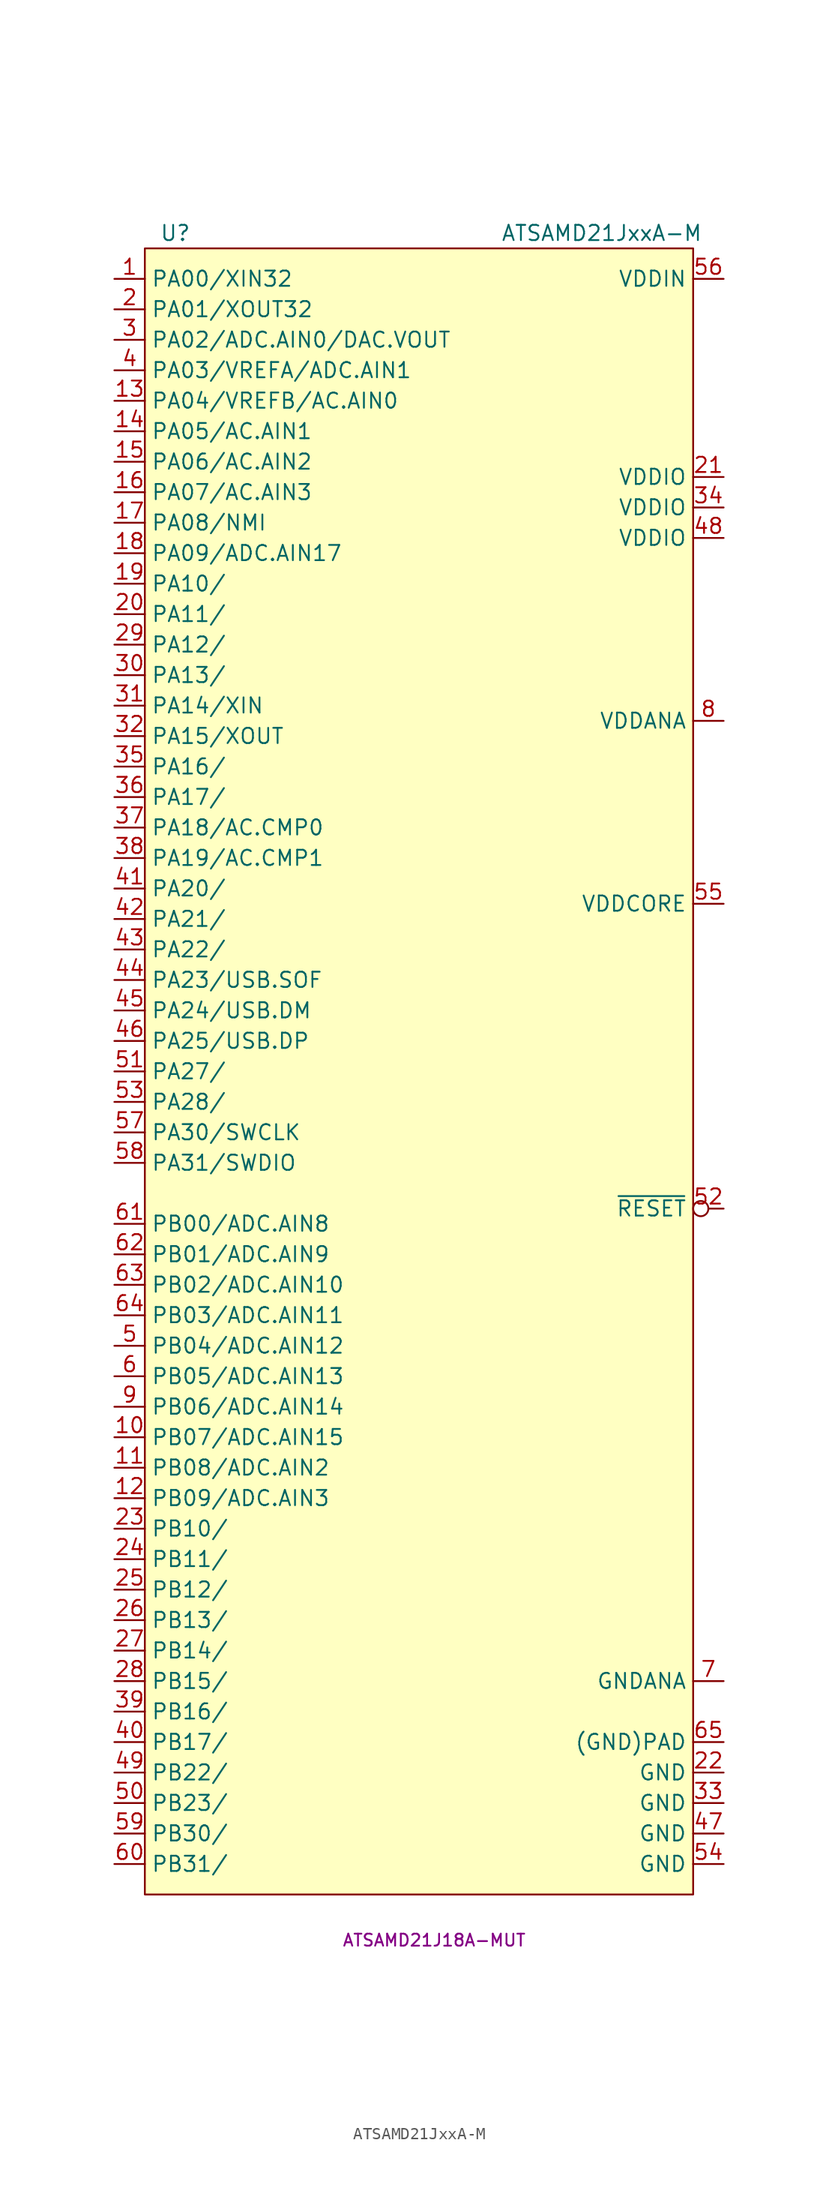
<source format=kicad_sym>
(kicad_symbol_lib
  (version 20231120)
  (generator "kicad_symbol_editor")
  (generator_version "8.0")
  (symbol "ATSAMD21JxxA-M"
    (property "Reference" "U"
      (at -20.32 71.12 0)
      (effects (font (size 1.27 1.27))))
    (property "Value" "ATSAMD21JxxA-M"
      (at 15.24 71.12 0)
      (effects (font (size 1.27 1.27))))
    (property "MPN" "ATSAMD21J18A-MUT"
      (at 1.27 -71.12 0)
      (effects (font (size 1 1))))
    (symbol "ATSAMD21JxxA-M_0_1"
      (rectangle (start -22.86 69.85) (end 22.86 -67.31) (stroke (width 0.152) (type default)) (fill (type background))))
    (symbol "ATSAMD21JxxA-M_1_1"
      (pin bidirectional line (at -25.4 67.31 0) (length 2.54) (name "PA00/XIN32" (effects (font (size 1.27 1.27)))) (number "1" (effects (font (size 1.27 1.27)))))
      (pin bidirectional line (at -25.4 -29.21 0) (length 2.54) (name "PB07/ADC.AIN15" (effects (font (size 1.27 1.27)))) (number "10" (effects (font (size 1.27 1.27)))))
      (pin bidirectional line (at -25.4 -31.75 0) (length 2.54) (name "PB08/ADC.AIN2" (effects (font (size 1.27 1.27)))) (number "11" (effects (font (size 1.27 1.27)))))
      (pin bidirectional line (at -25.4 -34.29 0) (length 2.54) (name "PB09/ADC.AIN3" (effects (font (size 1.27 1.27)))) (number "12" (effects (font (size 1.27 1.27)))))
      (pin bidirectional line (at -25.4 57.15 0) (length 2.54) (name "PA04/VREFB/AC.AIN0" (effects (font (size 1.27 1.27)))) (number "13" (effects (font (size 1.27 1.27)))))
      (pin bidirectional line (at -25.4 54.61 0) (length 2.54) (name "PA05/AC.AIN1" (effects (font (size 1.27 1.27)))) (number "14" (effects (font (size 1.27 1.27)))))
      (pin bidirectional line (at -25.4 52.07 0) (length 2.54) (name "PA06/AC.AIN2" (effects (font (size 1.27 1.27)))) (number "15" (effects (font (size 1.27 1.27)))))
      (pin bidirectional line (at -25.4 49.53 0) (length 2.54) (name "PA07/AC.AIN3" (effects (font (size 1.27 1.27)))) (number "16" (effects (font (size 1.27 1.27)))))
      (pin bidirectional line (at -25.4 46.99 0) (length 2.54) (name "PA08/NMI" (effects (font (size 1.27 1.27)))) (number "17" (effects (font (size 1.27 1.27)))))
      (pin bidirectional line (at -25.4 44.45 0) (length 2.54) (name "PA09/ADC.AIN17" (effects (font (size 1.27 1.27)))) (number "18" (effects (font (size 1.27 1.27)))))
      (pin bidirectional line (at -25.4 41.91 0) (length 2.54) (name "PA10/" (effects (font (size 1.27 1.27)))) (number "19" (effects (font (size 1.27 1.27)))))
      (pin bidirectional line (at -25.4 64.77 0) (length 2.54) (name "PA01/XOUT32" (effects (font (size 1.27 1.27)))) (number "2" (effects (font (size 1.27 1.27)))))
      (pin bidirectional line (at -25.4 39.37 0) (length 2.54) (name "PA11/" (effects (font (size 1.27 1.27)))) (number "20" (effects (font (size 1.27 1.27)))))
      (pin power_in line (at 25.4 50.8 180) (length 2.54) (name "VDDIO" (effects (font (size 1.27 1.27)))) (number "21" (effects (font (size 1.27 1.27)))))
      (pin power_in line (at 25.4 -57.15 180) (length 2.54) (name "GND" (effects (font (size 1.27 1.27)))) (number "22" (effects (font (size 1.27 1.27)))))
      (pin bidirectional line (at -25.4 -36.83 0) (length 2.54) (name "PB10/" (effects (font (size 1.27 1.27)))) (number "23" (effects (font (size 1.27 1.27)))))
      (pin bidirectional line (at -25.4 -39.37 0) (length 2.54) (name "PB11/" (effects (font (size 1.27 1.27)))) (number "24" (effects (font (size 1.27 1.27)))))
      (pin bidirectional line (at -25.4 -41.91 0) (length 2.54) (name "PB12/" (effects (font (size 1.27 1.27)))) (number "25" (effects (font (size 1.27 1.27)))))
      (pin bidirectional line (at -25.4 -44.45 0) (length 2.54) (name "PB13/" (effects (font (size 1.27 1.27)))) (number "26" (effects (font (size 1.27 1.27)))))
      (pin bidirectional line (at -25.4 -46.99 0) (length 2.54) (name "PB14/" (effects (font (size 1.27 1.27)))) (number "27" (effects (font (size 1.27 1.27)))))
      (pin bidirectional line (at -25.4 -49.53 0) (length 2.54) (name "PB15/" (effects (font (size 1.27 1.27)))) (number "28" (effects (font (size 1.27 1.27)))))
      (pin bidirectional line (at -25.4 36.83 0) (length 2.54) (name "PA12/" (effects (font (size 1.27 1.27)))) (number "29" (effects (font (size 1.27 1.27)))))
      (pin bidirectional line (at -25.4 62.23 0) (length 2.54) (name "PA02/ADC.AIN0/DAC.VOUT" (effects (font (size 1.27 1.27)))) (number "3" (effects (font (size 1.27 1.27)))))
      (pin bidirectional line (at -25.4 34.29 0) (length 2.54) (name "PA13/" (effects (font (size 1.27 1.27)))) (number "30" (effects (font (size 1.27 1.27)))))
      (pin bidirectional line (at -25.4 31.75 0) (length 2.54) (name "PA14/XIN" (effects (font (size 1.27 1.27)))) (number "31" (effects (font (size 1.27 1.27)))))
      (pin bidirectional line (at -25.4 29.21 0) (length 2.54) (name "PA15/XOUT" (effects (font (size 1.27 1.27)))) (number "32" (effects (font (size 1.27 1.27)))))
      (pin power_in line (at 25.4 -59.69 180) (length 2.54) (name "GND" (effects (font (size 1.27 1.27)))) (number "33" (effects (font (size 1.27 1.27)))))
      (pin power_in line (at 25.4 48.26 180) (length 2.54) (name "VDDIO" (effects (font (size 1.27 1.27)))) (number "34" (effects (font (size 1.27 1.27)))))
      (pin bidirectional line (at -25.4 26.67 0) (length 2.54) (name "PA16/" (effects (font (size 1.27 1.27)))) (number "35" (effects (font (size 1.27 1.27)))))
      (pin bidirectional line (at -25.4 24.13 0) (length 2.54) (name "PA17/" (effects (font (size 1.27 1.27)))) (number "36" (effects (font (size 1.27 1.27)))))
      (pin bidirectional line (at -25.4 21.59 0) (length 2.54) (name "PA18/AC.CMP0" (effects (font (size 1.27 1.27)))) (number "37" (effects (font (size 1.27 1.27)))))
      (pin bidirectional line (at -25.4 19.05 0) (length 2.54) (name "PA19/AC.CMP1" (effects (font (size 1.27 1.27)))) (number "38" (effects (font (size 1.27 1.27)))))
      (pin bidirectional line (at -25.4 -52.07 0) (length 2.54) (name "PB16/" (effects (font (size 1.27 1.27)))) (number "39" (effects (font (size 1.27 1.27)))))
      (pin bidirectional line (at -25.4 59.69 0) (length 2.54) (name "PA03/VREFA/ADC.AIN1" (effects (font (size 1.27 1.27)))) (number "4" (effects (font (size 1.27 1.27)))))
      (pin bidirectional line (at -25.4 -54.61 0) (length 2.54) (name "PB17/" (effects (font (size 1.27 1.27)))) (number "40" (effects (font (size 1.27 1.27)))))
      (pin bidirectional line (at -25.4 16.51 0) (length 2.54) (name "PA20/" (effects (font (size 1.27 1.27)))) (number "41" (effects (font (size 1.27 1.27)))))
      (pin bidirectional line (at -25.4 13.97 0) (length 2.54) (name "PA21/" (effects (font (size 1.27 1.27)))) (number "42" (effects (font (size 1.27 1.27)))))
      (pin bidirectional line (at -25.4 11.43 0) (length 2.54) (name "PA22/" (effects (font (size 1.27 1.27)))) (number "43" (effects (font (size 1.27 1.27)))))
      (pin bidirectional line (at -25.4 8.89 0) (length 2.54) (name "PA23/USB.SOF" (effects (font (size 1.27 1.27)))) (number "44" (effects (font (size 1.27 1.27)))))
      (pin bidirectional line (at -25.4 6.35 0) (length 2.54) (name "PA24/USB.DM" (effects (font (size 1.27 1.27)))) (number "45" (effects (font (size 1.27 1.27)))))
      (pin bidirectional line (at -25.4 3.81 0) (length 2.54) (name "PA25/USB.DP" (effects (font (size 1.27 1.27)))) (number "46" (effects (font (size 1.27 1.27)))))
      (pin power_in line (at 25.4 -62.23 180) (length 2.54) (name "GND" (effects (font (size 1.27 1.27)))) (number "47" (effects (font (size 1.27 1.27)))))
      (pin power_in line (at 25.4 45.72 180) (length 2.54) (name "VDDIO" (effects (font (size 1.27 1.27)))) (number "48" (effects (font (size 1.27 1.27)))))
      (pin bidirectional line (at -25.4 -57.15 0) (length 2.54) (name "PB22/" (effects (font (size 1.27 1.27)))) (number "49" (effects (font (size 1.27 1.27)))))
      (pin bidirectional line (at -25.4 -21.59 0) (length 2.54) (name "PB04/ADC.AIN12" (effects (font (size 1.27 1.27)))) (number "5" (effects (font (size 1.27 1.27)))))
      (pin bidirectional line (at -25.4 -59.69 0) (length 2.54) (name "PB23/" (effects (font (size 1.27 1.27)))) (number "50" (effects (font (size 1.27 1.27)))))
      (pin bidirectional line (at -25.4 1.27 0) (length 2.54) (name "PA27/" (effects (font (size 1.27 1.27)))) (number "51" (effects (font (size 1.27 1.27)))))
      (pin input inverted (at 25.4 -10.16 180) (length 2.54) (name "~{RESET}" (effects (font (size 1.27 1.27)))) (number "52" (effects (font (size 1.27 1.27)))))
      (pin bidirectional line (at -25.4 -1.27 0) (length 2.54) (name "PA28/" (effects (font (size 1.27 1.27)))) (number "53" (effects (font (size 1.27 1.27)))))
      (pin power_in line (at 25.4 -64.77 180) (length 2.54) (name "GND" (effects (font (size 1.27 1.27)))) (number "54" (effects (font (size 1.27 1.27)))))
      (pin power_out line (at 25.4 15.24 180) (length 2.54) (name "VDDCORE" (effects (font (size 1.27 1.27)))) (number "55" (effects (font (size 1.27 1.27)))))
      (pin power_in line (at 25.4 67.31 180) (length 2.54) (name "VDDIN" (effects (font (size 1.27 1.27)))) (number "56" (effects (font (size 1.27 1.27)))))
      (pin bidirectional line (at -25.4 -3.81 0) (length 2.54) (name "PA30/SWCLK" (effects (font (size 1.27 1.27)))) (number "57" (effects (font (size 1.27 1.27)))))
      (pin bidirectional line (at -25.4 -6.35 0) (length 2.54) (name "PA31/SWDIO" (effects (font (size 1.27 1.27)))) (number "58" (effects (font (size 1.27 1.27)))))
      (pin bidirectional line (at -25.4 -62.23 0) (length 2.54) (name "PB30/" (effects (font (size 1.27 1.27)))) (number "59" (effects (font (size 1.27 1.27)))))
      (pin bidirectional line (at -25.4 -24.13 0) (length 2.54) (name "PB05/ADC.AIN13" (effects (font (size 1.27 1.27)))) (number "6" (effects (font (size 1.27 1.27)))))
      (pin bidirectional line (at -25.4 -64.77 0) (length 2.54) (name "PB31/" (effects (font (size 1.27 1.27)))) (number "60" (effects (font (size 1.27 1.27)))))
      (pin bidirectional line (at -25.4 -11.43 0) (length 2.54) (name "PB00/ADC.AIN8" (effects (font (size 1.27 1.27)))) (number "61" (effects (font (size 1.27 1.27)))))
      (pin bidirectional line (at -25.4 -13.97 0) (length 2.54) (name "PB01/ADC.AIN9" (effects (font (size 1.27 1.27)))) (number "62" (effects (font (size 1.27 1.27)))))
      (pin bidirectional line (at -25.4 -16.51 0) (length 2.54) (name "PB02/ADC.AIN10" (effects (font (size 1.27 1.27)))) (number "63" (effects (font (size 1.27 1.27)))))
      (pin bidirectional line (at -25.4 -19.05 0) (length 2.54) (name "PB03/ADC.AIN11" (effects (font (size 1.27 1.27)))) (number "64" (effects (font (size 1.27 1.27)))))
      (pin power_in line (at 25.4 -54.61 180) (length 2.54) (name "(GND)PAD" (effects (font (size 1.27 1.27)))) (number "65" (effects (font (size 1.27 1.27)))))
      (pin power_in line (at 25.4 -49.53 180) (length 2.54) (name "GNDANA" (effects (font (size 1.27 1.27)))) (number "7" (effects (font (size 1.27 1.27)))))
      (pin power_in line (at 25.4 30.48 180) (length 2.54) (name "VDDANA" (effects (font (size 1.27 1.27)))) (number "8" (effects (font (size 1.27 1.27)))))
      (pin bidirectional line (at -25.4 -26.67 0) (length 2.54) (name "PB06/ADC.AIN14" (effects (font (size 1.27 1.27)))) (number "9" (effects (font (size 1.27 1.27))))))))
</source>
